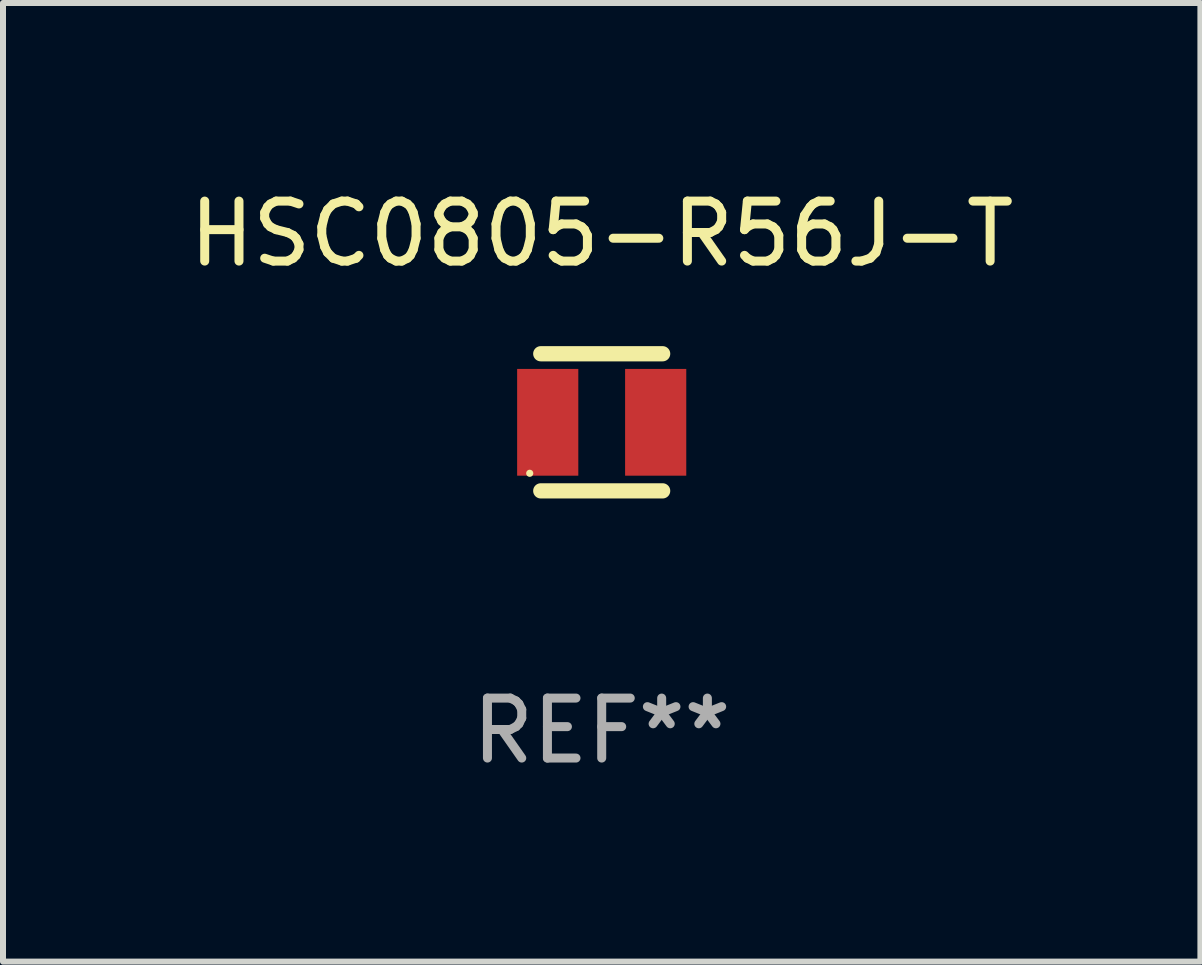
<source format=kicad_pcb>
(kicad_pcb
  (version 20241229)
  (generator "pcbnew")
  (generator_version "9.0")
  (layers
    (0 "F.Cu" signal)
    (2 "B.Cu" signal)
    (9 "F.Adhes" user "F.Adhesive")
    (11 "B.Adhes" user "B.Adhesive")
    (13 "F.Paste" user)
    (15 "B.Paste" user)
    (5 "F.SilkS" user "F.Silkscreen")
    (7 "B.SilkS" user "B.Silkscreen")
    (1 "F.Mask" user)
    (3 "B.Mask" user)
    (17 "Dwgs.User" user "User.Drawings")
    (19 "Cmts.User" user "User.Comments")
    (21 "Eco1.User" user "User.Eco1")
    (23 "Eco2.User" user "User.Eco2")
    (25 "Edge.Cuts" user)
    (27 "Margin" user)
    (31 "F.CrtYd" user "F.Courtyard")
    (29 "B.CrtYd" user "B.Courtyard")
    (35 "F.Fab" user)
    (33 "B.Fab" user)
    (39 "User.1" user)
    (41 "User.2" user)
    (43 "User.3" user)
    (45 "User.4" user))
  (footprint "HSC0805-R56J-T"
    (layer "F.Cu")
    (at 6.982 3.991)
    (property "Reference" "HSC0805-R56J-T" (at 0 -3.143 0) (layer "F.SilkS") (effects (font (size 1 1) (thickness 0.15))))
    (attr through_hole)
    (fp_line (start -1.016 -1.143) (end 1.016 -1.143) (stroke (width 0.254) (type solid)) (layer "F.SilkS"))
    (fp_line (start -1.016 1.143) (end 1.016 1.143) (stroke (width 0.254) (type solid)) (layer "F.SilkS"))
    (fp_circle (center -1.2 0.85) (end -1.17 0.85) (stroke (width 0.06) (type solid)) (fill no) (layer "F.SilkS"))
    (fp_text user "REF**" (at 0 5.143 0) (layer "F.Fab") (effects (font (size 1 1) (thickness 0.15))))
    (pad "1" smd rect (at -0.9 0) (size 1.02 1.78) (layers "F.Cu" "F.Mask" "F.Paste"))
    (pad "2" smd rect (at 0.9 0) (size 1.02 1.78) (layers "F.Cu" "F.Mask" "F.Paste")))
  (gr_rect
    (start -3 -3)
    (end 16.964 12.983)
    (stroke (width 0.1) (type default))
    (fill no)
    (layer "Edge.Cuts")))
</source>
